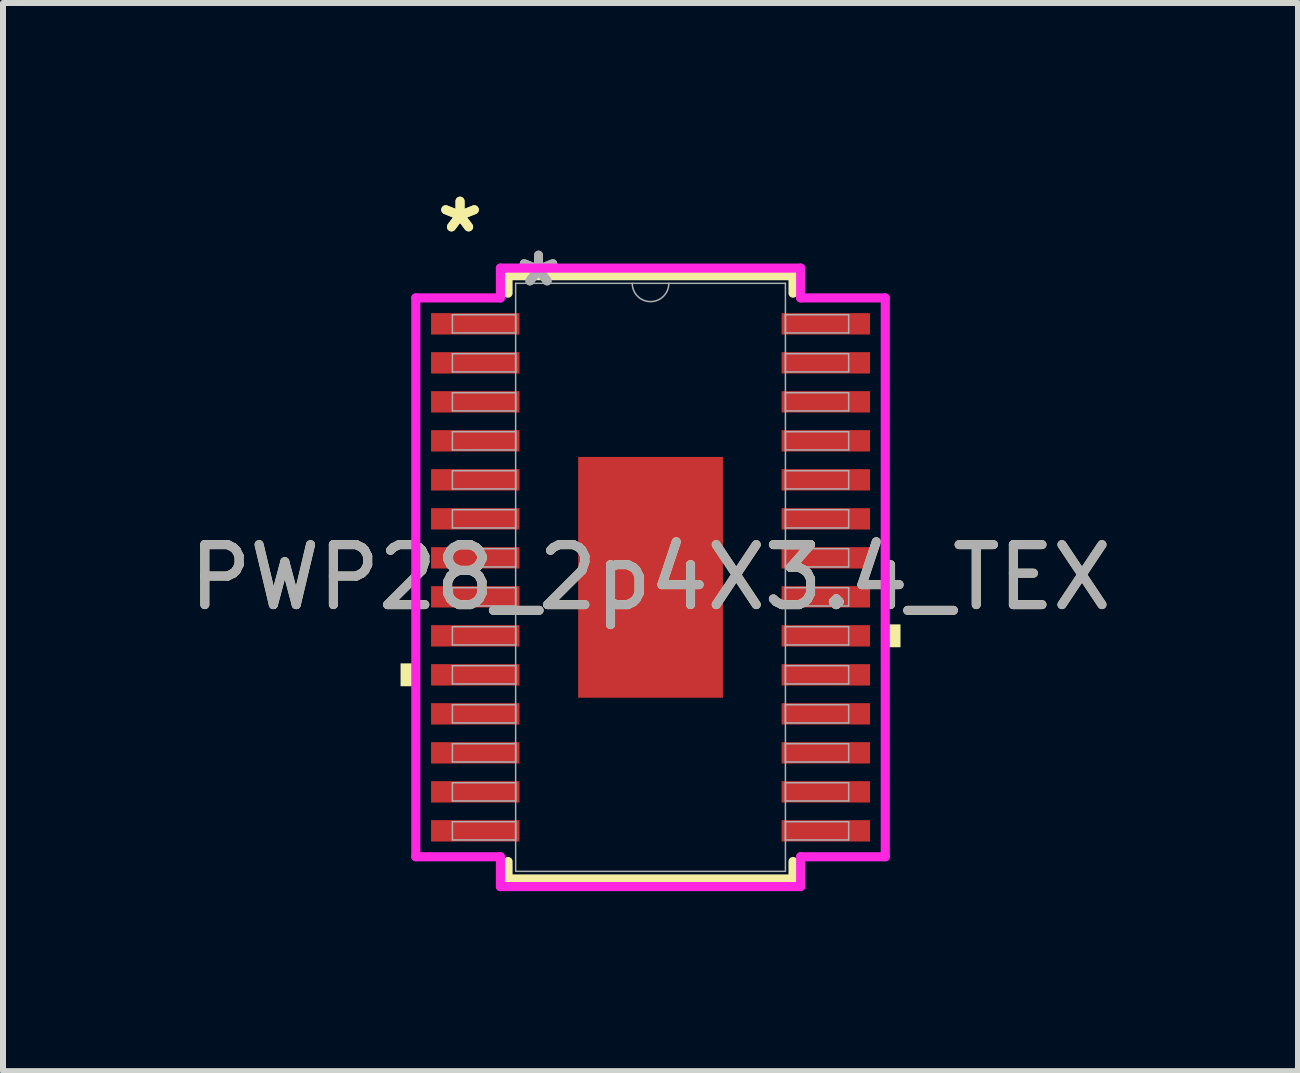
<source format=kicad_pcb>
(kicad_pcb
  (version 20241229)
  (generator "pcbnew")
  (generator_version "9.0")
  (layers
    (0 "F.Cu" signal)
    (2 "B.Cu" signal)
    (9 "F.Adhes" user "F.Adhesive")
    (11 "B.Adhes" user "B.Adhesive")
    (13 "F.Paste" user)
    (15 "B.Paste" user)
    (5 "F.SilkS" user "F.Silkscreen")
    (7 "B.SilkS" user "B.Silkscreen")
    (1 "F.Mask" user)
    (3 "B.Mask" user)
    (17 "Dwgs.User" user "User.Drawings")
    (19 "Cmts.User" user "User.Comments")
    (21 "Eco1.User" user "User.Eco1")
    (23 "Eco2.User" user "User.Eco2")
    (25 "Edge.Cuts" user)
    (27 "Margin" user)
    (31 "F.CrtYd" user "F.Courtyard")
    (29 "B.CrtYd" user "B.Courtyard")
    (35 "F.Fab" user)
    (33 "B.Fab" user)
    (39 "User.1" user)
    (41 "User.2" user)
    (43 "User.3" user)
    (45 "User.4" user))
  (footprint "PWP28_2p4X3.4_TEX"
    (layer "F.Cu")
    (at 7.792 6.572)
    (property "Reference" "PWP28_2p4X3.4_TEX" (at 0 0 0) (unlocked yes) (layer "F.SilkS") (effects (font (size 1 1) (thickness 0.15))))
    (attr smd)
    (fp_line (start -2.375 -5.027) (end -2.375 -4.736) (stroke (width 0.152) (type solid)) (layer "F.SilkS"))
    (fp_line (start -2.375 4.736) (end -2.375 5.027) (stroke (width 0.152) (type solid)) (layer "F.SilkS"))
    (fp_line (start -2.375 5.027) (end 2.375 5.027) (stroke (width 0.152) (type solid)) (layer "F.SilkS"))
    (fp_line (start 2.375 -5.027) (end -2.375 -5.027) (stroke (width 0.152) (type solid)) (layer "F.SilkS"))
    (fp_line (start 2.375 -4.736) (end 2.375 -5.027) (stroke (width 0.152) (type solid)) (layer "F.SilkS"))
    (fp_line (start 2.375 5.027) (end 2.375 4.736) (stroke (width 0.152) (type solid)) (layer "F.SilkS"))
    (fp_poly (pts (xy -4.166 1.434) (xy -4.166 1.815) (xy -3.912 1.815) (xy -3.912 1.434)) (stroke (width 0) (type solid)) (fill yes) (layer "F.SilkS"))
    (fp_poly (pts (xy 4.166 0.784) (xy 4.166 1.165) (xy 3.912 1.165) (xy 3.912 0.784)) (stroke (width 0) (type solid)) (fill yes) (layer "F.SilkS"))
    (fp_poly (pts (xy -1.107 -1.907) (xy -1.107 -0.769) (xy 1.107 -0.769) (xy 1.107 -1.907)) (stroke (width 0) (type solid)) (fill yes) (layer "F.Paste"))
    (fp_poly (pts (xy -1.107 -0.569) (xy -1.107 0.569) (xy 1.107 0.569) (xy 1.107 -0.569)) (stroke (width 0) (type solid)) (fill yes) (layer "F.Paste"))
    (fp_poly (pts (xy -1.107 0.769) (xy -1.107 1.907) (xy 1.107 1.907) (xy 1.107 0.769)) (stroke (width 0) (type solid)) (fill yes) (layer "F.Paste"))
    (fp_line (start -3.912 -4.657) (end -2.502 -4.657) (stroke (width 0.152) (type solid)) (layer "F.CrtYd"))
    (fp_line (start -3.912 4.657) (end -3.912 -4.657) (stroke (width 0.152) (type solid)) (layer "F.CrtYd"))
    (fp_line (start -3.912 4.657) (end -2.502 4.657) (stroke (width 0.152) (type solid)) (layer "F.CrtYd"))
    (fp_line (start -2.502 -5.154) (end 2.502 -5.154) (stroke (width 0.152) (type solid)) (layer "F.CrtYd"))
    (fp_line (start -2.502 -4.657) (end -2.502 -5.154) (stroke (width 0.152) (type solid)) (layer "F.CrtYd"))
    (fp_line (start -2.502 5.154) (end -2.502 4.657) (stroke (width 0.152) (type solid)) (layer "F.CrtYd"))
    (fp_line (start 2.502 -5.154) (end 2.502 -4.657) (stroke (width 0.152) (type solid)) (layer "F.CrtYd"))
    (fp_line (start 2.502 4.657) (end 2.502 5.154) (stroke (width 0.152) (type solid)) (layer "F.CrtYd"))
    (fp_line (start 2.502 5.154) (end -2.502 5.154) (stroke (width 0.152) (type solid)) (layer "F.CrtYd"))
    (fp_line (start 3.912 -4.657) (end 2.502 -4.657) (stroke (width 0.152) (type solid)) (layer "F.CrtYd"))
    (fp_line (start 3.912 -4.657) (end 3.912 4.657) (stroke (width 0.152) (type solid)) (layer "F.CrtYd"))
    (fp_line (start 3.912 4.657) (end 2.502 4.657) (stroke (width 0.152) (type solid)) (layer "F.CrtYd"))
    (fp_line (start -3.302 -4.377) (end -3.302 -4.073) (stroke (width 0.025) (type solid)) (layer "F.Fab"))
    (fp_line (start -3.302 -4.073) (end -2.248 -4.073) (stroke (width 0.025) (type solid)) (layer "F.Fab"))
    (fp_line (start -3.302 -3.727) (end -3.302 -3.423) (stroke (width 0.025) (type solid)) (layer "F.Fab"))
    (fp_line (start -3.302 -3.423) (end -2.248 -3.423) (stroke (width 0.025) (type solid)) (layer "F.Fab"))
    (fp_line (start -3.302 -3.077) (end -3.302 -2.773) (stroke (width 0.025) (type solid)) (layer "F.Fab"))
    (fp_line (start -3.302 -2.773) (end -2.248 -2.773) (stroke (width 0.025) (type solid)) (layer "F.Fab"))
    (fp_line (start -3.302 -2.427) (end -3.302 -2.123) (stroke (width 0.025) (type solid)) (layer "F.Fab"))
    (fp_line (start -3.302 -2.123) (end -2.248 -2.123) (stroke (width 0.025) (type solid)) (layer "F.Fab"))
    (fp_line (start -3.302 -1.777) (end -3.302 -1.473) (stroke (width 0.025) (type solid)) (layer "F.Fab"))
    (fp_line (start -3.302 -1.473) (end -2.248 -1.473) (stroke (width 0.025) (type solid)) (layer "F.Fab"))
    (fp_line (start -3.302 -1.127) (end -3.302 -0.823) (stroke (width 0.025) (type solid)) (layer "F.Fab"))
    (fp_line (start -3.302 -0.823) (end -2.248 -0.823) (stroke (width 0.025) (type solid)) (layer "F.Fab"))
    (fp_line (start -3.302 -0.477) (end -3.302 -0.173) (stroke (width 0.025) (type solid)) (layer "F.Fab"))
    (fp_line (start -3.302 -0.173) (end -2.248 -0.173) (stroke (width 0.025) (type solid)) (layer "F.Fab"))
    (fp_line (start -3.302 0.173) (end -3.302 0.477) (stroke (width 0.025) (type solid)) (layer "F.Fab"))
    (fp_line (start -3.302 0.477) (end -2.248 0.477) (stroke (width 0.025) (type solid)) (layer "F.Fab"))
    (fp_line (start -3.302 0.823) (end -3.302 1.127) (stroke (width 0.025) (type solid)) (layer "F.Fab"))
    (fp_line (start -3.302 1.127) (end -2.248 1.127) (stroke (width 0.025) (type solid)) (layer "F.Fab"))
    (fp_line (start -3.302 1.473) (end -3.302 1.777) (stroke (width 0.025) (type solid)) (layer "F.Fab"))
    (fp_line (start -3.302 1.777) (end -2.248 1.777) (stroke (width 0.025) (type solid)) (layer "F.Fab"))
    (fp_line (start -3.302 2.123) (end -3.302 2.427) (stroke (width 0.025) (type solid)) (layer "F.Fab"))
    (fp_line (start -3.302 2.427) (end -2.248 2.427) (stroke (width 0.025) (type solid)) (layer "F.Fab"))
    (fp_line (start -3.302 2.773) (end -3.302 3.077) (stroke (width 0.025) (type solid)) (layer "F.Fab"))
    (fp_line (start -3.302 3.077) (end -2.248 3.077) (stroke (width 0.025) (type solid)) (layer "F.Fab"))
    (fp_line (start -3.302 3.423) (end -3.302 3.727) (stroke (width 0.025) (type solid)) (layer "F.Fab"))
    (fp_line (start -3.302 3.727) (end -2.248 3.727) (stroke (width 0.025) (type solid)) (layer "F.Fab"))
    (fp_line (start -3.302 4.073) (end -3.302 4.377) (stroke (width 0.025) (type solid)) (layer "F.Fab"))
    (fp_line (start -3.302 4.377) (end -2.248 4.377) (stroke (width 0.025) (type solid)) (layer "F.Fab"))
    (fp_line (start -2.248 -4.9) (end -2.248 4.9) (stroke (width 0.025) (type solid)) (layer "F.Fab"))
    (fp_line (start -2.248 -4.377) (end -3.302 -4.377) (stroke (width 0.025) (type solid)) (layer "F.Fab"))
    (fp_line (start -2.248 -4.073) (end -2.248 -4.377) (stroke (width 0.025) (type solid)) (layer "F.Fab"))
    (fp_line (start -2.248 -3.727) (end -3.302 -3.727) (stroke (width 0.025) (type solid)) (layer "F.Fab"))
    (fp_line (start -2.248 -3.423) (end -2.248 -3.727) (stroke (width 0.025) (type solid)) (layer "F.Fab"))
    (fp_line (start -2.248 -3.077) (end -3.302 -3.077) (stroke (width 0.025) (type solid)) (layer "F.Fab"))
    (fp_line (start -2.248 -2.773) (end -2.248 -3.077) (stroke (width 0.025) (type solid)) (layer "F.Fab"))
    (fp_line (start -2.248 -2.427) (end -3.302 -2.427) (stroke (width 0.025) (type solid)) (layer "F.Fab"))
    (fp_line (start -2.248 -2.123) (end -2.248 -2.427) (stroke (width 0.025) (type solid)) (layer "F.Fab"))
    (fp_line (start -2.248 -1.777) (end -3.302 -1.777) (stroke (width 0.025) (type solid)) (layer "F.Fab"))
    (fp_line (start -2.248 -1.473) (end -2.248 -1.777) (stroke (width 0.025) (type solid)) (layer "F.Fab"))
    (fp_line (start -2.248 -1.127) (end -3.302 -1.127) (stroke (width 0.025) (type solid)) (layer "F.Fab"))
    (fp_line (start -2.248 -0.823) (end -2.248 -1.127) (stroke (width 0.025) (type solid)) (layer "F.Fab"))
    (fp_line (start -2.248 -0.477) (end -3.302 -0.477) (stroke (width 0.025) (type solid)) (layer "F.Fab"))
    (fp_line (start -2.248 -0.173) (end -2.248 -0.477) (stroke (width 0.025) (type solid)) (layer "F.Fab"))
    (fp_line (start -2.248 0.173) (end -3.302 0.173) (stroke (width 0.025) (type solid)) (layer "F.Fab"))
    (fp_line (start -2.248 0.477) (end -2.248 0.173) (stroke (width 0.025) (type solid)) (layer "F.Fab"))
    (fp_line (start -2.248 0.823) (end -3.302 0.823) (stroke (width 0.025) (type solid)) (layer "F.Fab"))
    (fp_line (start -2.248 1.127) (end -2.248 0.823) (stroke (width 0.025) (type solid)) (layer "F.Fab"))
    (fp_line (start -2.248 1.473) (end -3.302 1.473) (stroke (width 0.025) (type solid)) (layer "F.Fab"))
    (fp_line (start -2.248 1.777) (end -2.248 1.473) (stroke (width 0.025) (type solid)) (layer "F.Fab"))
    (fp_line (start -2.248 2.123) (end -3.302 2.123) (stroke (width 0.025) (type solid)) (layer "F.Fab"))
    (fp_line (start -2.248 2.427) (end -2.248 2.123) (stroke (width 0.025) (type solid)) (layer "F.Fab"))
    (fp_line (start -2.248 2.773) (end -3.302 2.773) (stroke (width 0.025) (type solid)) (layer "F.Fab"))
    (fp_line (start -2.248 3.077) (end -2.248 2.773) (stroke (width 0.025) (type solid)) (layer "F.Fab"))
    (fp_line (start -2.248 3.423) (end -3.302 3.423) (stroke (width 0.025) (type solid)) (layer "F.Fab"))
    (fp_line (start -2.248 3.727) (end -2.248 3.423) (stroke (width 0.025) (type solid)) (layer "F.Fab"))
    (fp_line (start -2.248 4.073) (end -3.302 4.073) (stroke (width 0.025) (type solid)) (layer "F.Fab"))
    (fp_line (start -2.248 4.377) (end -2.248 4.073) (stroke (width 0.025) (type solid)) (layer "F.Fab"))
    (fp_line (start -2.248 4.9) (end 2.248 4.9) (stroke (width 0.025) (type solid)) (layer "F.Fab"))
    (fp_line (start 2.248 -4.9) (end -2.248 -4.9) (stroke (width 0.025) (type solid)) (layer "F.Fab"))
    (fp_line (start 2.248 -4.377) (end 2.248 -4.073) (stroke (width 0.025) (type solid)) (layer "F.Fab"))
    (fp_line (start 2.248 -4.073) (end 3.302 -4.073) (stroke (width 0.025) (type solid)) (layer "F.Fab"))
    (fp_line (start 2.248 -3.727) (end 2.248 -3.423) (stroke (width 0.025) (type solid)) (layer "F.Fab"))
    (fp_line (start 2.248 -3.423) (end 3.302 -3.423) (stroke (width 0.025) (type solid)) (layer "F.Fab"))
    (fp_line (start 2.248 -3.077) (end 2.248 -2.773) (stroke (width 0.025) (type solid)) (layer "F.Fab"))
    (fp_line (start 2.248 -2.773) (end 3.302 -2.773) (stroke (width 0.025) (type solid)) (layer "F.Fab"))
    (fp_line (start 2.248 -2.427) (end 2.248 -2.123) (stroke (width 0.025) (type solid)) (layer "F.Fab"))
    (fp_line (start 2.248 -2.123) (end 3.302 -2.123) (stroke (width 0.025) (type solid)) (layer "F.Fab"))
    (fp_line (start 2.248 -1.777) (end 2.248 -1.473) (stroke (width 0.025) (type solid)) (layer "F.Fab"))
    (fp_line (start 2.248 -1.473) (end 3.302 -1.473) (stroke (width 0.025) (type solid)) (layer "F.Fab"))
    (fp_line (start 2.248 -1.127) (end 2.248 -0.823) (stroke (width 0.025) (type solid)) (layer "F.Fab"))
    (fp_line (start 2.248 -0.823) (end 3.302 -0.823) (stroke (width 0.025) (type solid)) (layer "F.Fab"))
    (fp_line (start 2.248 -0.477) (end 2.248 -0.173) (stroke (width 0.025) (type solid)) (layer "F.Fab"))
    (fp_line (start 2.248 -0.173) (end 3.302 -0.173) (stroke (width 0.025) (type solid)) (layer "F.Fab"))
    (fp_line (start 2.248 0.173) (end 2.248 0.477) (stroke (width 0.025) (type solid)) (layer "F.Fab"))
    (fp_line (start 2.248 0.477) (end 3.302 0.477) (stroke (width 0.025) (type solid)) (layer "F.Fab"))
    (fp_line (start 2.248 0.823) (end 2.248 1.127) (stroke (width 0.025) (type solid)) (layer "F.Fab"))
    (fp_line (start 2.248 1.127) (end 3.302 1.127) (stroke (width 0.025) (type solid)) (layer "F.Fab"))
    (fp_line (start 2.248 1.473) (end 2.248 1.777) (stroke (width 0.025) (type solid)) (layer "F.Fab"))
    (fp_line (start 2.248 1.777) (end 3.302 1.777) (stroke (width 0.025) (type solid)) (layer "F.Fab"))
    (fp_line (start 2.248 2.123) (end 2.248 2.427) (stroke (width 0.025) (type solid)) (layer "F.Fab"))
    (fp_line (start 2.248 2.427) (end 3.302 2.427) (stroke (width 0.025) (type solid)) (layer "F.Fab"))
    (fp_line (start 2.248 2.773) (end 2.248 3.077) (stroke (width 0.025) (type solid)) (layer "F.Fab"))
    (fp_line (start 2.248 3.077) (end 3.302 3.077) (stroke (width 0.025) (type solid)) (layer "F.Fab"))
    (fp_line (start 2.248 3.423) (end 2.248 3.727) (stroke (width 0.025) (type solid)) (layer "F.Fab"))
    (fp_line (start 2.248 3.727) (end 3.302 3.727) (stroke (width 0.025) (type solid)) (layer "F.Fab"))
    (fp_line (start 2.248 4.073) (end 2.248 4.377) (stroke (width 0.025) (type solid)) (layer "F.Fab"))
    (fp_line (start 2.248 4.377) (end 3.302 4.377) (stroke (width 0.025) (type solid)) (layer "F.Fab"))
    (fp_line (start 2.248 4.9) (end 2.248 -4.9) (stroke (width 0.025) (type solid)) (layer "F.Fab"))
    (fp_line (start 3.302 -4.377) (end 2.248 -4.377) (stroke (width 0.025) (type solid)) (layer "F.Fab"))
    (fp_line (start 3.302 -4.073) (end 3.302 -4.377) (stroke (width 0.025) (type solid)) (layer "F.Fab"))
    (fp_line (start 3.302 -3.727) (end 2.248 -3.727) (stroke (width 0.025) (type solid)) (layer "F.Fab"))
    (fp_line (start 3.302 -3.423) (end 3.302 -3.727) (stroke (width 0.025) (type solid)) (layer "F.Fab"))
    (fp_line (start 3.302 -3.077) (end 2.248 -3.077) (stroke (width 0.025) (type solid)) (layer "F.Fab"))
    (fp_line (start 3.302 -2.773) (end 3.302 -3.077) (stroke (width 0.025) (type solid)) (layer "F.Fab"))
    (fp_line (start 3.302 -2.427) (end 2.248 -2.427) (stroke (width 0.025) (type solid)) (layer "F.Fab"))
    (fp_line (start 3.302 -2.123) (end 3.302 -2.427) (stroke (width 0.025) (type solid)) (layer "F.Fab"))
    (fp_line (start 3.302 -1.777) (end 2.248 -1.777) (stroke (width 0.025) (type solid)) (layer "F.Fab"))
    (fp_line (start 3.302 -1.473) (end 3.302 -1.777) (stroke (width 0.025) (type solid)) (layer "F.Fab"))
    (fp_line (start 3.302 -1.127) (end 2.248 -1.127) (stroke (width 0.025) (type solid)) (layer "F.Fab"))
    (fp_line (start 3.302 -0.823) (end 3.302 -1.127) (stroke (width 0.025) (type solid)) (layer "F.Fab"))
    (fp_line (start 3.302 -0.477) (end 2.248 -0.477) (stroke (width 0.025) (type solid)) (layer "F.Fab"))
    (fp_line (start 3.302 -0.173) (end 3.302 -0.477) (stroke (width 0.025) (type solid)) (layer "F.Fab"))
    (fp_line (start 3.302 0.173) (end 2.248 0.173) (stroke (width 0.025) (type solid)) (layer "F.Fab"))
    (fp_line (start 3.302 0.477) (end 3.302 0.173) (stroke (width 0.025) (type solid)) (layer "F.Fab"))
    (fp_line (start 3.302 0.823) (end 2.248 0.823) (stroke (width 0.025) (type solid)) (layer "F.Fab"))
    (fp_line (start 3.302 1.127) (end 3.302 0.823) (stroke (width 0.025) (type solid)) (layer "F.Fab"))
    (fp_line (start 3.302 1.473) (end 2.248 1.473) (stroke (width 0.025) (type solid)) (layer "F.Fab"))
    (fp_line (start 3.302 1.777) (end 3.302 1.473) (stroke (width 0.025) (type solid)) (layer "F.Fab"))
    (fp_line (start 3.302 2.123) (end 2.248 2.123) (stroke (width 0.025) (type solid)) (layer "F.Fab"))
    (fp_line (start 3.302 2.427) (end 3.302 2.123) (stroke (width 0.025) (type solid)) (layer "F.Fab"))
    (fp_line (start 3.302 2.773) (end 2.248 2.773) (stroke (width 0.025) (type solid)) (layer "F.Fab"))
    (fp_line (start 3.302 3.077) (end 3.302 2.773) (stroke (width 0.025) (type solid)) (layer "F.Fab"))
    (fp_line (start 3.302 3.423) (end 2.248 3.423) (stroke (width 0.025) (type solid)) (layer "F.Fab"))
    (fp_line (start 3.302 3.727) (end 3.302 3.423) (stroke (width 0.025) (type solid)) (layer "F.Fab"))
    (fp_line (start 3.302 4.073) (end 2.248 4.073) (stroke (width 0.025) (type solid)) (layer "F.Fab"))
    (fp_line (start 3.302 4.377) (end 3.302 4.073) (stroke (width 0.025) (type solid)) (layer "F.Fab"))
    (fp_arc (start 0.3048 -4.900001) (mid 0 -4.595201) (end -0.3048 -4.900001) (stroke (width 0.0254) (type solid)) (layer "F.Fab"))
    (fp_text user "*" (at -3.175 -5.724 0) (unlocked yes) (layer "F.SilkS") (effects (font (size 1 1) (thickness 0.15))))
    (fp_text user "*" (at -3.175 -5.724 0) (layer "F.SilkS") (effects (font (size 1 1) (thickness 0.15))))
    (fp_text user "*" (at -1.867 -4.824 0) (layer "F.Fab") (effects (font (size 1 1) (thickness 0.15))))
    (fp_text user "*" (at -1.867 -4.824 0) (unlocked yes) (layer "F.Fab") (effects (font (size 1 1) (thickness 0.15))))
    (fp_text user "${REFERENCE}" (at 0 0 0) (unlocked yes) (layer "F.Fab") (effects (font (size 1 1) (thickness 0.15))))
    (pad "1" smd rect (at -2.921 -4.225) (size 1.473 0.356) (layers "F.Cu" "F.Mask" "F.Paste"))
    (pad "2" smd rect (at -2.921 -3.575) (size 1.473 0.356) (layers "F.Cu" "F.Mask" "F.Paste"))
    (pad "3" smd rect (at -2.921 -2.925) (size 1.473 0.356) (layers "F.Cu" "F.Mask" "F.Paste"))
    (pad "4" smd rect (at -2.921 -2.275) (size 1.473 0.356) (layers "F.Cu" "F.Mask" "F.Paste"))
    (pad "5" smd rect (at -2.921 -1.625) (size 1.473 0.356) (layers "F.Cu" "F.Mask" "F.Paste"))
    (pad "6" smd rect (at -2.921 -0.975) (size 1.473 0.356) (layers "F.Cu" "F.Mask" "F.Paste"))
    (pad "7" smd rect (at -2.921 -0.325) (size 1.473 0.356) (layers "F.Cu" "F.Mask" "F.Paste"))
    (pad "8" smd rect (at -2.921 0.325) (size 1.473 0.356) (layers "F.Cu" "F.Mask" "F.Paste"))
    (pad "9" smd rect (at -2.921 0.975) (size 1.473 0.356) (layers "F.Cu" "F.Mask" "F.Paste"))
    (pad "10" smd rect (at -2.921 1.625) (size 1.473 0.356) (layers "F.Cu" "F.Mask" "F.Paste"))
    (pad "11" smd rect (at -2.921 2.275) (size 1.473 0.356) (layers "F.Cu" "F.Mask" "F.Paste"))
    (pad "12" smd rect (at -2.921 2.925) (size 1.473 0.356) (layers "F.Cu" "F.Mask" "F.Paste"))
    (pad "13" smd rect (at -2.921 3.575) (size 1.473 0.356) (layers "F.Cu" "F.Mask" "F.Paste"))
    (pad "14" smd rect (at -2.921 4.225) (size 1.473 0.356) (layers "F.Cu" "F.Mask" "F.Paste"))
    (pad "15" smd rect (at 2.921 4.225) (size 1.473 0.356) (layers "F.Cu" "F.Mask" "F.Paste"))
    (pad "16" smd rect (at 2.921 3.575) (size 1.473 0.356) (layers "F.Cu" "F.Mask" "F.Paste"))
    (pad "17" smd rect (at 2.921 2.925) (size 1.473 0.356) (layers "F.Cu" "F.Mask" "F.Paste"))
    (pad "18" smd rect (at 2.921 2.275) (size 1.473 0.356) (layers "F.Cu" "F.Mask" "F.Paste"))
    (pad "19" smd rect (at 2.921 1.625) (size 1.473 0.356) (layers "F.Cu" "F.Mask" "F.Paste"))
    (pad "20" smd rect (at 2.921 0.975) (size 1.473 0.356) (layers "F.Cu" "F.Mask" "F.Paste"))
    (pad "21" smd rect (at 2.921 0.325) (size 1.473 0.356) (layers "F.Cu" "F.Mask" "F.Paste"))
    (pad "22" smd rect (at 2.921 -0.325) (size 1.473 0.356) (layers "F.Cu" "F.Mask" "F.Paste"))
    (pad "23" smd rect (at 2.921 -0.975) (size 1.473 0.356) (layers "F.Cu" "F.Mask" "F.Paste"))
    (pad "24" smd rect (at 2.921 -1.625) (size 1.473 0.356) (layers "F.Cu" "F.Mask" "F.Paste"))
    (pad "25" smd rect (at 2.921 -2.275) (size 1.473 0.356) (layers "F.Cu" "F.Mask" "F.Paste"))
    (pad "26" smd rect (at 2.921 -2.925) (size 1.473 0.356) (layers "F.Cu" "F.Mask" "F.Paste"))
    (pad "27" smd rect (at 2.921 -3.575) (size 1.473 0.356) (layers "F.Cu" "F.Mask" "F.Paste"))
    (pad "28" smd rect (at 2.921 -4.225) (size 1.473 0.356) (layers "F.Cu" "F.Mask" "F.Paste"))
    (pad "EPAD" smd rect (at 0 0) (size 2.413 4.013) (layers "F.Cu" "F.Mask")))
  (gr_rect
    (start -3 -3)
    (end 18.583 14.802)
    (stroke (width 0.1) (type default))
    (fill no)
    (layer "Edge.Cuts")))
</source>
